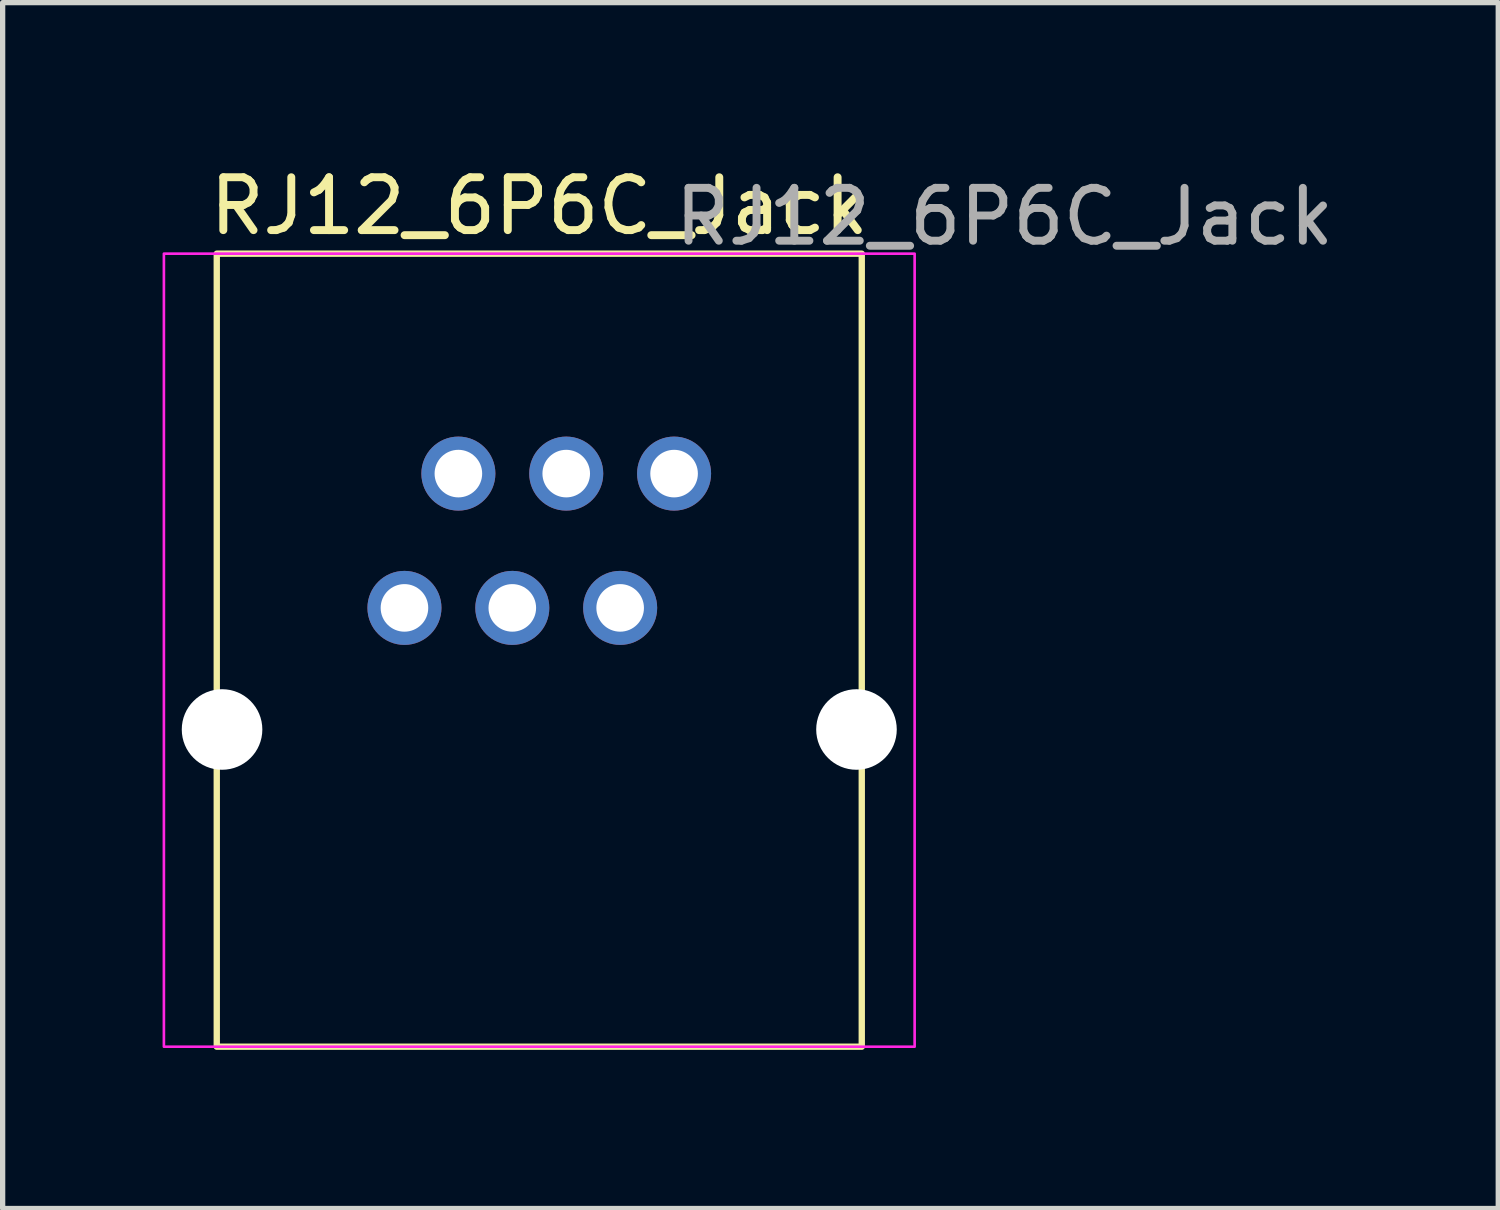
<source format=kicad_pcb>
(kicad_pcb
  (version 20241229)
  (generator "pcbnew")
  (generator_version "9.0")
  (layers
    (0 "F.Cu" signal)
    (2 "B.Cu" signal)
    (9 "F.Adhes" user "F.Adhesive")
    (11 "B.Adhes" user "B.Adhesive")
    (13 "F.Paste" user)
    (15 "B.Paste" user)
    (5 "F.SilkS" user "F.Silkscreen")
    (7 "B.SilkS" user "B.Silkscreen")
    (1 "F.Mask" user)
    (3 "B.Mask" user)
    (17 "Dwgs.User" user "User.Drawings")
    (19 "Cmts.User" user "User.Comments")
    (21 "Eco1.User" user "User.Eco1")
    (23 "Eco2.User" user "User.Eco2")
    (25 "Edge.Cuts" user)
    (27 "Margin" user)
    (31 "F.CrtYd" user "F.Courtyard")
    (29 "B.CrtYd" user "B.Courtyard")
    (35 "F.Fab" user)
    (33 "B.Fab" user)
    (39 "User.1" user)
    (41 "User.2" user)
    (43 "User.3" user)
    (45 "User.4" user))
  (footprint "RJ12_6P6C_Jack"
    (layer "F.Cu")
    (at 7.15 9.248)
    (property "Reference" "RJ12_6P6C_Jack" (at 0 -8.4 0) (unlocked yes) (layer "F.SilkS") (effects (font (size 1 1) (thickness 0.15))))
    (attr through_hole)
    (fp_rect (start -6.1 -7.5) (end 6.1 7.5) (stroke (width 0.12) (type solid)) (fill no) (layer "F.SilkS"))
    (fp_rect (start -7.1 -7.5) (end 7.1 7.5) (stroke (width 0.05) (type solid)) (fill no) (layer "F.CrtYd"))
    (fp_text user "${REFERENCE}" (at 8.8 -8.2 0) (unlocked yes) (layer "F.Fab") (effects (font (size 1 1) (thickness 0.15))))
    (pad "" np_thru_hole circle (at -6 1.5) (size 1.524 1.524) (drill 2.3) (layers "*.Cu" "*.Mask"))
    (pad "" np_thru_hole circle (at 6 1.5) (size 1.524 1.524) (drill 2.3) (layers "*.Cu" "*.Mask"))
    (pad "1" thru_hole circle (at 2.55 -3.34) (size 1.4 1.4) (drill 0.9) (layers "*.Cu" "*.Mask"))
    (pad "2" thru_hole circle (at 1.53 -0.8) (size 1.4 1.4) (drill 0.9) (layers "*.Cu" "*.Mask"))
    (pad "3" thru_hole circle (at 0.51 -3.34) (size 1.4 1.4) (drill 0.9) (layers "*.Cu" "*.Mask"))
    (pad "4" thru_hole circle (at -0.51 -0.8) (size 1.4 1.4) (drill 0.9) (layers "*.Cu" "*.Mask"))
    (pad "5" thru_hole circle (at -1.53 -3.34) (size 1.4 1.4) (drill 0.9) (layers "*.Cu" "*.Mask"))
    (pad "6" thru_hole circle (at -2.55 -0.8) (size 1.4 1.4) (drill 0.9) (layers "*.Cu" "*.Mask")))
  (gr_rect
    (start -3 -3)
    (end 25.289 19.808)
    (stroke (width 0.1) (type default))
    (fill no)
    (layer "Edge.Cuts")))
</source>
